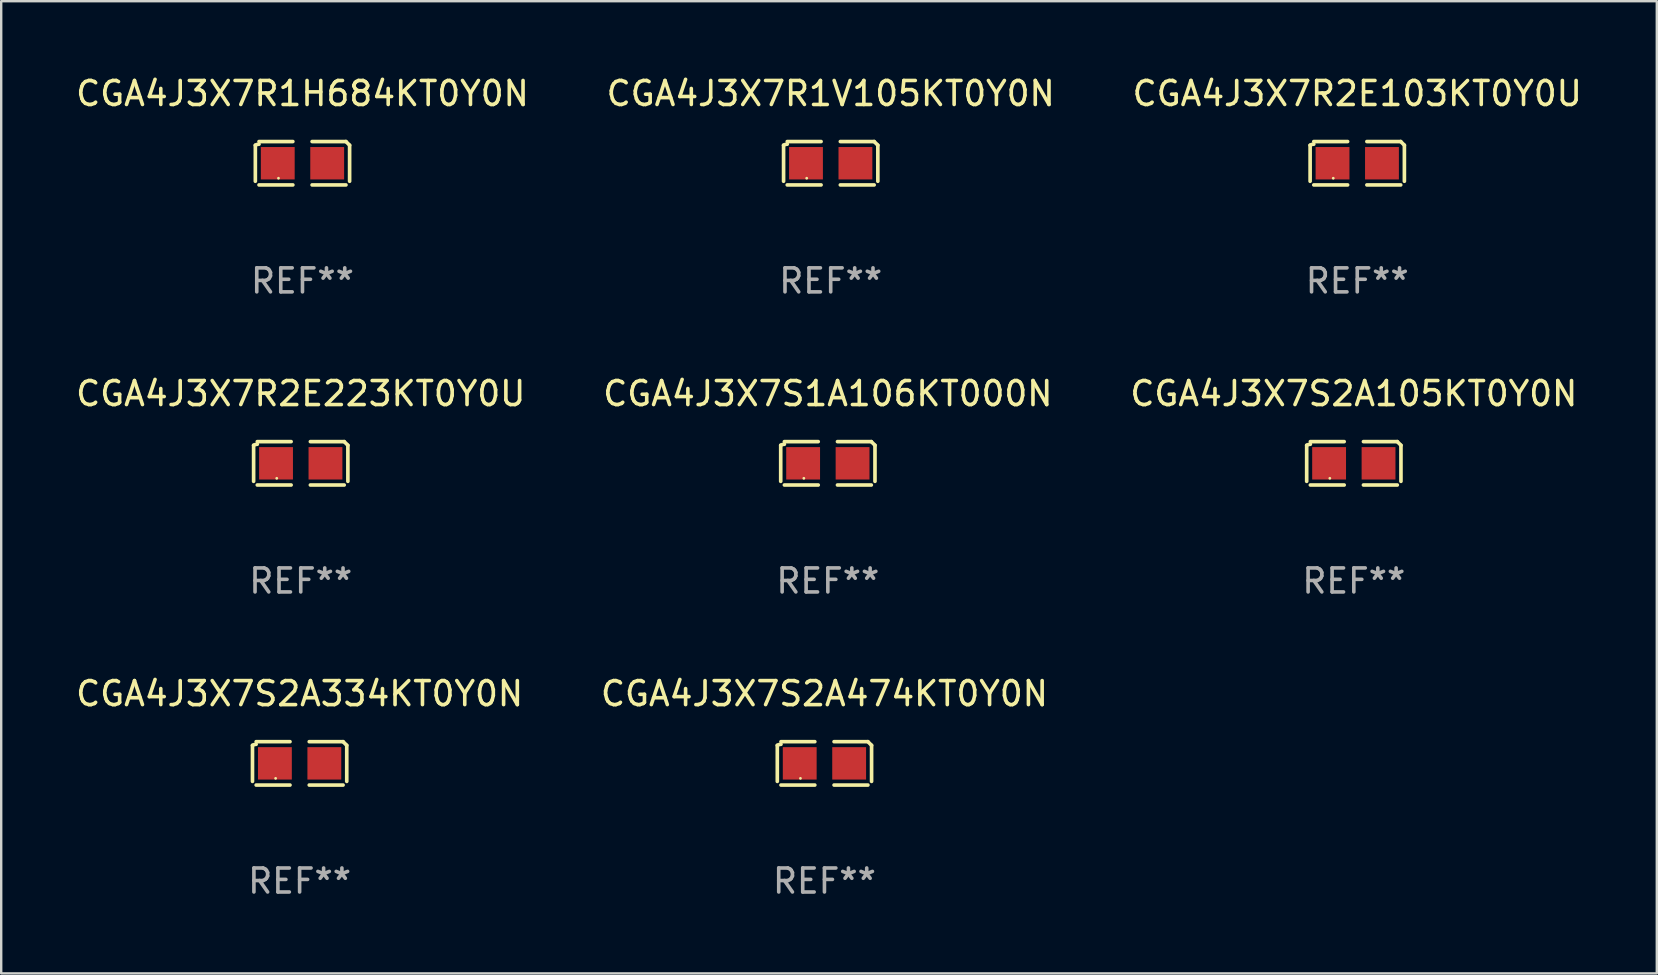
<source format=kicad_pcb>
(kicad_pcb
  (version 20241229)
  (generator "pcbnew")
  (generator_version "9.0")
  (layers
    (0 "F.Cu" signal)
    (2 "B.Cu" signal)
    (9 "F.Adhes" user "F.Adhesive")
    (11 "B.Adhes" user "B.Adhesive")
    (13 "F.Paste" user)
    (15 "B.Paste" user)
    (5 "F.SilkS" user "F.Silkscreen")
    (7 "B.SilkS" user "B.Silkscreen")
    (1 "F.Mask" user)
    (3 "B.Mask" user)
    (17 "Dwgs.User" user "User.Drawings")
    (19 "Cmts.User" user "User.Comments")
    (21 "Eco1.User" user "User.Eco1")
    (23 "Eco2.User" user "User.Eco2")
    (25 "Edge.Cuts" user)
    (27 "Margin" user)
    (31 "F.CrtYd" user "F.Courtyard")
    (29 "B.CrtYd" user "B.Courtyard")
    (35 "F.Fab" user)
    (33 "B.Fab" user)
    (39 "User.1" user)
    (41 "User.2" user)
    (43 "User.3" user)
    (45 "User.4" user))
  (footprint "CGA4J3X7R1H684KT0Y0N"
    (layer "F.Cu")
    (at 9.554 3.752)
    (property "Reference" "CGA4J3X7R1H684KT0Y0N" (at 0 -2.904 0) (layer "F.SilkS") (effects (font (size 1 1) (thickness 0.15))))
    (attr through_hole)
    (fp_line (start -1.964 0.751) (end -1.964 -0.751) (stroke (width 0.152) (type solid)) (layer "F.SilkS"))
    (fp_line (start -1.811 -0.904) (end -0.401 -0.904) (stroke (width 0.152) (type solid)) (layer "F.SilkS"))
    (fp_line (start -0.401 0.904) (end -1.811 0.904) (stroke (width 0.152) (type solid)) (layer "F.SilkS"))
    (fp_line (start 0.401 0.904) (end 1.811 0.904) (stroke (width 0.152) (type solid)) (layer "F.SilkS"))
    (fp_line (start 1.811 -0.904) (end 0.401 -0.904) (stroke (width 0.152) (type solid)) (layer "F.SilkS"))
    (fp_line (start 1.964 0.751) (end 1.964 -0.751) (stroke (width 0.152) (type solid)) (layer "F.SilkS"))
    (fp_arc (start -1.963602 -0.751207) (mid -1.890354 -0.783131) (end -1.811201 -0.794044) (stroke (width 0.1524) (type solid)) (layer "F.SilkS"))
    (fp_arc (start 1.811202 -0.903607) (mid 1.887413 -0.827418) (end 1.963602 -0.751207) (stroke (width 0.1524) (type solid)) (layer "F.SilkS"))
    (fp_circle (center -1 0.625) (end -0.97 0.625) (stroke (width 0.06) (type solid)) (fill no) (layer "F.SilkS"))
    (fp_text user "REF**" (at 0 4.904 0) (layer "F.Fab") (effects (font (size 1 1) (thickness 0.15))))
    (pad "1" smd rect (at -1.03 0) (size 1.41 1.35) (layers "F.Cu" "F.Mask" "F.Paste"))
    (pad "2" smd rect (at 1.03 0) (size 1.41 1.35) (layers "F.Cu" "F.Mask" "F.Paste")))
  (footprint "CGA4J3X7S2A474KT0Y0N"
    (layer "F.Cu")
    (at 31.304 28.759)
    (property "Reference" "CGA4J3X7S2A474KT0Y0N" (at 0 -2.904 0) (layer "F.SilkS") (effects (font (size 1 1) (thickness 0.15))))
    (attr through_hole)
    (fp_line (start -1.964 0.751) (end -1.964 -0.751) (stroke (width 0.152) (type solid)) (layer "F.SilkS"))
    (fp_line (start -1.811 -0.904) (end -0.401 -0.904) (stroke (width 0.152) (type solid)) (layer "F.SilkS"))
    (fp_line (start -0.401 0.904) (end -1.811 0.904) (stroke (width 0.152) (type solid)) (layer "F.SilkS"))
    (fp_line (start 0.401 0.904) (end 1.811 0.904) (stroke (width 0.152) (type solid)) (layer "F.SilkS"))
    (fp_line (start 1.811 -0.904) (end 0.401 -0.904) (stroke (width 0.152) (type solid)) (layer "F.SilkS"))
    (fp_line (start 1.964 0.751) (end 1.964 -0.751) (stroke (width 0.152) (type solid)) (layer "F.SilkS"))
    (fp_arc (start -1.963602 -0.751207) (mid -1.890354 -0.783131) (end -1.811201 -0.794044) (stroke (width 0.1524) (type solid)) (layer "F.SilkS"))
    (fp_arc (start 1.811202 -0.903607) (mid 1.887413 -0.827418) (end 1.963602 -0.751207) (stroke (width 0.1524) (type solid)) (layer "F.SilkS"))
    (fp_circle (center -1 0.625) (end -0.97 0.625) (stroke (width 0.06) (type solid)) (fill no) (layer "F.SilkS"))
    (fp_text user "REF**" (at 0 4.904 0) (layer "F.Fab") (effects (font (size 1 1) (thickness 0.15))))
    (pad "1" smd rect (at -1.03 0) (size 1.41 1.35) (layers "F.Cu" "F.Mask" "F.Paste"))
    (pad "2" smd rect (at 1.03 0) (size 1.41 1.35) (layers "F.Cu" "F.Mask" "F.Paste")))
  (footprint "CGA4J3X7S2A334KT0Y0N"
    (layer "F.Cu")
    (at 9.435 28.759)
    (property "Reference" "CGA4J3X7S2A334KT0Y0N" (at 0 -2.904 0) (layer "F.SilkS") (effects (font (size 1 1) (thickness 0.15))))
    (attr through_hole)
    (fp_line (start -1.964 0.751) (end -1.964 -0.751) (stroke (width 0.152) (type solid)) (layer "F.SilkS"))
    (fp_line (start -1.811 -0.904) (end -0.401 -0.904) (stroke (width 0.152) (type solid)) (layer "F.SilkS"))
    (fp_line (start -0.401 0.904) (end -1.811 0.904) (stroke (width 0.152) (type solid)) (layer "F.SilkS"))
    (fp_line (start 0.401 0.904) (end 1.811 0.904) (stroke (width 0.152) (type solid)) (layer "F.SilkS"))
    (fp_line (start 1.811 -0.904) (end 0.401 -0.904) (stroke (width 0.152) (type solid)) (layer "F.SilkS"))
    (fp_line (start 1.964 0.751) (end 1.964 -0.751) (stroke (width 0.152) (type solid)) (layer "F.SilkS"))
    (fp_arc (start -1.963602 -0.751207) (mid -1.890354 -0.783131) (end -1.811201 -0.794044) (stroke (width 0.1524) (type solid)) (layer "F.SilkS"))
    (fp_arc (start 1.811202 -0.903607) (mid 1.887413 -0.827418) (end 1.963602 -0.751207) (stroke (width 0.1524) (type solid)) (layer "F.SilkS"))
    (fp_circle (center -1 0.625) (end -0.97 0.625) (stroke (width 0.06) (type solid)) (fill no) (layer "F.SilkS"))
    (fp_text user "REF**" (at 0 4.904 0) (layer "F.Fab") (effects (font (size 1 1) (thickness 0.15))))
    (pad "1" smd rect (at -1.03 0) (size 1.41 1.35) (layers "F.Cu" "F.Mask" "F.Paste"))
    (pad "2" smd rect (at 1.03 0) (size 1.41 1.35) (layers "F.Cu" "F.Mask" "F.Paste")))
  (footprint "CGA4J3X7R2E223KT0Y0U"
    (layer "F.Cu")
    (at 9.482 16.256)
    (property "Reference" "CGA4J3X7R2E223KT0Y0U" (at 0 -2.904 0) (layer "F.SilkS") (effects (font (size 1 1) (thickness 0.15))))
    (attr through_hole)
    (fp_line (start -1.964 0.751) (end -1.964 -0.751) (stroke (width 0.152) (type solid)) (layer "F.SilkS"))
    (fp_line (start -1.811 -0.904) (end -0.401 -0.904) (stroke (width 0.152) (type solid)) (layer "F.SilkS"))
    (fp_line (start -0.401 0.904) (end -1.811 0.904) (stroke (width 0.152) (type solid)) (layer "F.SilkS"))
    (fp_line (start 0.401 0.904) (end 1.811 0.904) (stroke (width 0.152) (type solid)) (layer "F.SilkS"))
    (fp_line (start 1.811 -0.904) (end 0.401 -0.904) (stroke (width 0.152) (type solid)) (layer "F.SilkS"))
    (fp_line (start 1.964 0.751) (end 1.964 -0.751) (stroke (width 0.152) (type solid)) (layer "F.SilkS"))
    (fp_arc (start -1.963602 -0.751207) (mid -1.890354 -0.783131) (end -1.811201 -0.794044) (stroke (width 0.1524) (type solid)) (layer "F.SilkS"))
    (fp_arc (start 1.811202 -0.903607) (mid 1.887413 -0.827418) (end 1.963602 -0.751207) (stroke (width 0.1524) (type solid)) (layer "F.SilkS"))
    (fp_circle (center -1 0.625) (end -0.97 0.625) (stroke (width 0.06) (type solid)) (fill no) (layer "F.SilkS"))
    (fp_text user "REF**" (at 0 4.904 0) (layer "F.Fab") (effects (font (size 1 1) (thickness 0.15))))
    (pad "1" smd rect (at -1.03 0) (size 1.41 1.35) (layers "F.Cu" "F.Mask" "F.Paste"))
    (pad "2" smd rect (at 1.03 0) (size 1.41 1.35) (layers "F.Cu" "F.Mask" "F.Paste")))
  (footprint "CGA4J3X7S1A106KT000N"
    (layer "F.Cu")
    (at 31.446 16.256)
    (property "Reference" "CGA4J3X7S1A106KT000N" (at 0 -2.904 0) (layer "F.SilkS") (effects (font (size 1 1) (thickness 0.15))))
    (attr through_hole)
    (fp_line (start -1.964 0.751) (end -1.964 -0.751) (stroke (width 0.152) (type solid)) (layer "F.SilkS"))
    (fp_line (start -1.811 -0.904) (end -0.401 -0.904) (stroke (width 0.152) (type solid)) (layer "F.SilkS"))
    (fp_line (start -0.401 0.904) (end -1.811 0.904) (stroke (width 0.152) (type solid)) (layer "F.SilkS"))
    (fp_line (start 0.401 0.904) (end 1.811 0.904) (stroke (width 0.152) (type solid)) (layer "F.SilkS"))
    (fp_line (start 1.811 -0.904) (end 0.401 -0.904) (stroke (width 0.152) (type solid)) (layer "F.SilkS"))
    (fp_line (start 1.964 0.751) (end 1.964 -0.751) (stroke (width 0.152) (type solid)) (layer "F.SilkS"))
    (fp_arc (start -1.963602 -0.751207) (mid -1.890354 -0.783131) (end -1.811201 -0.794044) (stroke (width 0.1524) (type solid)) (layer "F.SilkS"))
    (fp_arc (start 1.811202 -0.903607) (mid 1.887413 -0.827418) (end 1.963602 -0.751207) (stroke (width 0.1524) (type solid)) (layer "F.SilkS"))
    (fp_circle (center -1 0.625) (end -0.97 0.625) (stroke (width 0.06) (type solid)) (fill no) (layer "F.SilkS"))
    (fp_text user "REF**" (at 0 4.904 0) (layer "F.Fab") (effects (font (size 1 1) (thickness 0.15))))
    (pad "1" smd rect (at -1.03 0) (size 1.41 1.35) (layers "F.Cu" "F.Mask" "F.Paste"))
    (pad "2" smd rect (at 1.03 0) (size 1.41 1.35) (layers "F.Cu" "F.Mask" "F.Paste")))
  (footprint "CGA4J3X7R2E103KT0Y0U"
    (layer "F.Cu")
    (at 53.506 3.752)
    (property "Reference" "CGA4J3X7R2E103KT0Y0U" (at 0 -2.904 0) (layer "F.SilkS") (effects (font (size 1 1) (thickness 0.15))))
    (attr through_hole)
    (fp_line (start -1.964 0.751) (end -1.964 -0.751) (stroke (width 0.152) (type solid)) (layer "F.SilkS"))
    (fp_line (start -1.811 -0.904) (end -0.401 -0.904) (stroke (width 0.152) (type solid)) (layer "F.SilkS"))
    (fp_line (start -0.401 0.904) (end -1.811 0.904) (stroke (width 0.152) (type solid)) (layer "F.SilkS"))
    (fp_line (start 0.401 0.904) (end 1.811 0.904) (stroke (width 0.152) (type solid)) (layer "F.SilkS"))
    (fp_line (start 1.811 -0.904) (end 0.401 -0.904) (stroke (width 0.152) (type solid)) (layer "F.SilkS"))
    (fp_line (start 1.964 0.751) (end 1.964 -0.751) (stroke (width 0.152) (type solid)) (layer "F.SilkS"))
    (fp_arc (start -1.963602 -0.751207) (mid -1.890354 -0.783131) (end -1.811201 -0.794044) (stroke (width 0.1524) (type solid)) (layer "F.SilkS"))
    (fp_arc (start 1.811202 -0.903607) (mid 1.887413 -0.827418) (end 1.963602 -0.751207) (stroke (width 0.1524) (type solid)) (layer "F.SilkS"))
    (fp_circle (center -1 0.625) (end -0.97 0.625) (stroke (width 0.06) (type solid)) (fill no) (layer "F.SilkS"))
    (fp_text user "REF**" (at 0 4.904 0) (layer "F.Fab") (effects (font (size 1 1) (thickness 0.15))))
    (pad "1" smd rect (at -1.03 0) (size 1.41 1.35) (layers "F.Cu" "F.Mask" "F.Paste"))
    (pad "2" smd rect (at 1.03 0) (size 1.41 1.35) (layers "F.Cu" "F.Mask" "F.Paste")))
  (footprint "CGA4J3X7R1V105KT0Y0N"
    (layer "F.Cu")
    (at 31.565 3.752)
    (property "Reference" "CGA4J3X7R1V105KT0Y0N" (at 0 -2.904 0) (layer "F.SilkS") (effects (font (size 1 1) (thickness 0.15))))
    (attr through_hole)
    (fp_line (start -1.964 0.751) (end -1.964 -0.751) (stroke (width 0.152) (type solid)) (layer "F.SilkS"))
    (fp_line (start -1.811 -0.904) (end -0.401 -0.904) (stroke (width 0.152) (type solid)) (layer "F.SilkS"))
    (fp_line (start -0.401 0.904) (end -1.811 0.904) (stroke (width 0.152) (type solid)) (layer "F.SilkS"))
    (fp_line (start 0.401 0.904) (end 1.811 0.904) (stroke (width 0.152) (type solid)) (layer "F.SilkS"))
    (fp_line (start 1.811 -0.904) (end 0.401 -0.904) (stroke (width 0.152) (type solid)) (layer "F.SilkS"))
    (fp_line (start 1.964 0.751) (end 1.964 -0.751) (stroke (width 0.152) (type solid)) (layer "F.SilkS"))
    (fp_arc (start -1.963602 -0.751207) (mid -1.890354 -0.783131) (end -1.811201 -0.794044) (stroke (width 0.1524) (type solid)) (layer "F.SilkS"))
    (fp_arc (start 1.811202 -0.903607) (mid 1.887413 -0.827418) (end 1.963602 -0.751207) (stroke (width 0.1524) (type solid)) (layer "F.SilkS"))
    (fp_circle (center -1 0.625) (end -0.97 0.625) (stroke (width 0.06) (type solid)) (fill no) (layer "F.SilkS"))
    (fp_text user "REF**" (at 0 4.904 0) (layer "F.Fab") (effects (font (size 1 1) (thickness 0.15))))
    (pad "1" smd rect (at -1.03 0) (size 1.41 1.35) (layers "F.Cu" "F.Mask" "F.Paste"))
    (pad "2" smd rect (at 1.03 0) (size 1.41 1.35) (layers "F.Cu" "F.Mask" "F.Paste")))
  (footprint "CGA4J3X7S2A105KT0Y0N"
    (layer "F.Cu")
    (at 53.363 16.256)
    (property "Reference" "CGA4J3X7S2A105KT0Y0N" (at 0 -2.904 0) (layer "F.SilkS") (effects (font (size 1 1) (thickness 0.15))))
    (attr through_hole)
    (fp_line (start -1.964 0.751) (end -1.964 -0.751) (stroke (width 0.152) (type solid)) (layer "F.SilkS"))
    (fp_line (start -1.811 -0.904) (end -0.401 -0.904) (stroke (width 0.152) (type solid)) (layer "F.SilkS"))
    (fp_line (start -0.401 0.904) (end -1.811 0.904) (stroke (width 0.152) (type solid)) (layer "F.SilkS"))
    (fp_line (start 0.401 0.904) (end 1.811 0.904) (stroke (width 0.152) (type solid)) (layer "F.SilkS"))
    (fp_line (start 1.811 -0.904) (end 0.401 -0.904) (stroke (width 0.152) (type solid)) (layer "F.SilkS"))
    (fp_line (start 1.964 0.751) (end 1.964 -0.751) (stroke (width 0.152) (type solid)) (layer "F.SilkS"))
    (fp_arc (start -1.963602 -0.751207) (mid -1.890354 -0.783131) (end -1.811201 -0.794044) (stroke (width 0.1524) (type solid)) (layer "F.SilkS"))
    (fp_arc (start 1.811202 -0.903607) (mid 1.887413 -0.827418) (end 1.963602 -0.751207) (stroke (width 0.1524) (type solid)) (layer "F.SilkS"))
    (fp_circle (center -1 0.625) (end -0.97 0.625) (stroke (width 0.06) (type solid)) (fill no) (layer "F.SilkS"))
    (fp_text user "REF**" (at 0 4.904 0) (layer "F.Fab") (effects (font (size 1 1) (thickness 0.15))))
    (pad "1" smd rect (at -1.03 0) (size 1.41 1.35) (layers "F.Cu" "F.Mask" "F.Paste"))
    (pad "2" smd rect (at 1.03 0) (size 1.41 1.35) (layers "F.Cu" "F.Mask" "F.Paste")))
  (gr_rect
    (start -3 -3)
    (end 65.988 37.511)
    (stroke (width 0.1) (type default))
    (fill no)
    (layer "Edge.Cuts")))
</source>
